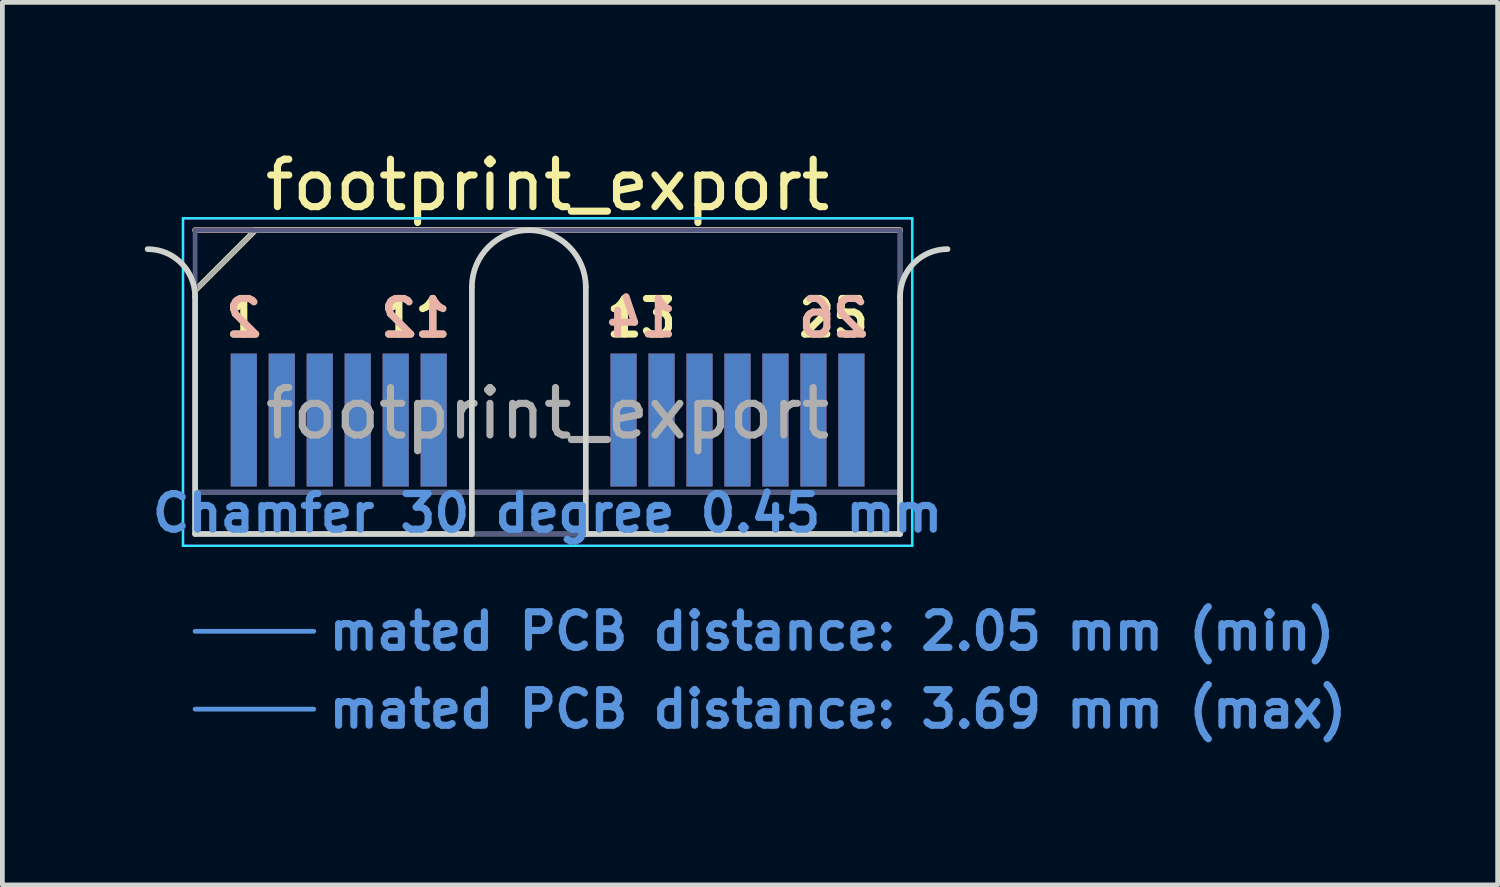
<source format=kicad_pcb>
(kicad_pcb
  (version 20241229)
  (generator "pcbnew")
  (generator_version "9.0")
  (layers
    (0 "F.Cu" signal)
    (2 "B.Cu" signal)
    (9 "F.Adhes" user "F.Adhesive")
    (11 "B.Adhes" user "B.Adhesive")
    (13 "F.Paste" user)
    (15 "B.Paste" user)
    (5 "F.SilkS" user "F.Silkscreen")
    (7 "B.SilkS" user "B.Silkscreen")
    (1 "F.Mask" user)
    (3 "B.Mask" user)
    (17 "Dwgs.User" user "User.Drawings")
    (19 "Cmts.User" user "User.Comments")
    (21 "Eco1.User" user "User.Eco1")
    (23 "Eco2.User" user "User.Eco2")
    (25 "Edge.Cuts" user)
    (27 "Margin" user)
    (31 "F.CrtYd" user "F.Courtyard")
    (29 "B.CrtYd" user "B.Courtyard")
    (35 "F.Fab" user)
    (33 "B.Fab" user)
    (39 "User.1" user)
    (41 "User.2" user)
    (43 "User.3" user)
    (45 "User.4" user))
  (footprint "footprint_export"
    (layer "F.Cu")
    (at 8.485 8.198)
    (property "Reference" "footprint_export" (at 0 -7.35 0) (layer "F.SilkS") (effects (font (size 1 1) (thickness 0.15))))
    (attr exclude_from_pos_files exclude_from_bom)
    (fp_line (start -7.425 -5.13) (end -6.155 -6.4) (stroke (width 0.12) (type solid)) (layer "F.SilkS"))
    (fp_line (start -6.155 -6.4) (end 7.425 -6.4) (stroke (width 0.12) (type solid)) (layer "F.SilkS"))
    (fp_line (start -7.425 -6.4) (end -7.425 -6.4) (stroke (width 0.12) (type solid)) (layer "B.SilkS"))
    (fp_line (start -7.425 -6.4) (end 7.425 -6.4) (stroke (width 0.12) (type solid)) (layer "B.SilkS"))
    (fp_line (start -7.425 2.05) (end -4.925 2.05) (stroke (width 0.1) (type solid)) (layer "Cmts.User"))
    (fp_line (start -7.425 3.69) (end -4.925 3.69) (stroke (width 0.1) (type solid)) (layer "Cmts.User"))
    (fp_line (start -7.425 -5) (end -7.425 0) (stroke (width 0.12) (type solid)) (layer "Edge.Cuts"))
    (fp_line (start -7.425 0) (end -1.595 0) (stroke (width 0.12) (type solid)) (layer "Edge.Cuts"))
    (fp_line (start -1.595 0) (end -1.595 -5.2) (stroke (width 0.12) (type solid)) (layer "Edge.Cuts"))
    (fp_line (start 0.805 -5.2) (end 0.805 0) (stroke (width 0.12) (type solid)) (layer "Edge.Cuts"))
    (fp_line (start 0.805 0) (end 7.425 0) (stroke (width 0.12) (type solid)) (layer "Edge.Cuts"))
    (fp_line (start 7.425 0) (end 7.425 -5) (stroke (width 0.12) (type solid)) (layer "Edge.Cuts"))
    (fp_arc (start -8.425 -6) (mid -7.717893 -5.707107) (end -7.425 -5) (stroke (width 0.12) (type solid)) (layer "Edge.Cuts"))
    (fp_arc (start -1.595 -5.2) (mid -0.395 -6.4) (end 0.805 -5.2) (stroke (width 0.12) (type solid)) (layer "Edge.Cuts"))
    (fp_arc (start 7.425 -5) (mid 7.717893 -5.707107) (end 8.425 -6) (stroke (width 0.12) (type solid)) (layer "Edge.Cuts"))
    (fp_line (start -7.68 -6.65) (end -7.68 0.25) (stroke (width 0.05) (type solid)) (layer "B.CrtYd"))
    (fp_line (start -7.68 0.25) (end 7.68 0.25) (stroke (width 0.05) (type solid)) (layer "B.CrtYd"))
    (fp_line (start 7.68 -6.65) (end -7.68 -6.65) (stroke (width 0.05) (type solid)) (layer "B.CrtYd"))
    (fp_line (start 7.68 0.25) (end 7.68 -6.65) (stroke (width 0.05) (type solid)) (layer "B.CrtYd"))
    (fp_line (start -7.68 -6.65) (end -7.68 0.25) (stroke (width 0.05) (type solid)) (layer "F.CrtYd"))
    (fp_line (start -7.68 0.25) (end 7.68 0.25) (stroke (width 0.05) (type solid)) (layer "F.CrtYd"))
    (fp_line (start 7.68 -6.65) (end -7.68 -6.65) (stroke (width 0.05) (type solid)) (layer "F.CrtYd"))
    (fp_line (start 7.68 0.25) (end 7.68 -6.65) (stroke (width 0.05) (type solid)) (layer "F.CrtYd"))
    (fp_line (start -7.425 -6.4) (end -7.425 -6.4) (stroke (width 0.1) (type solid)) (layer "B.Fab"))
    (fp_line (start -7.425 -6.4) (end -7.425 0) (stroke (width 0.1) (type solid)) (layer "B.Fab"))
    (fp_line (start -7.425 -6.4) (end 7.425 -6.4) (stroke (width 0.1) (type solid)) (layer "B.Fab"))
    (fp_line (start -7.425 -0.88) (end 7.425 -0.88) (stroke (width 0.1) (type solid)) (layer "B.Fab"))
    (fp_line (start -7.425 0) (end 7.425 0) (stroke (width 0.1) (type solid)) (layer "B.Fab"))
    (fp_line (start 7.425 -6.4) (end 7.425 0) (stroke (width 0.1) (type solid)) (layer "B.Fab"))
    (fp_line (start -7.425 -5.13) (end -7.425 0) (stroke (width 0.1) (type solid)) (layer "F.Fab"))
    (fp_line (start -7.425 -5.13) (end -6.155 -6.4) (stroke (width 0.1) (type solid)) (layer "F.Fab"))
    (fp_line (start -7.425 -0.88) (end 7.425 -0.88) (stroke (width 0.1) (type solid)) (layer "F.Fab"))
    (fp_line (start -7.425 0) (end 7.425 0) (stroke (width 0.1) (type solid)) (layer "F.Fab"))
    (fp_line (start -6.155 -6.4) (end 7.425 -6.4) (stroke (width 0.1) (type solid)) (layer "F.Fab"))
    (fp_line (start 7.425 -6.4) (end 7.425 0) (stroke (width 0.1) (type solid)) (layer "F.Fab"))
    (fp_text user "1" (at -6.4 -4.55 0) (layer "F.SilkS") (effects (font (size 0.75 0.75) (thickness 0.15))))
    (fp_text user "25" (at 6.025 -4.55 0) (layer "F.SilkS") (effects (font (size 0.75 0.75) (thickness 0.15))))
    (fp_text user "13" (at 1.975 -4.55 0) (layer "F.SilkS") (effects (font (size 0.75 0.75) (thickness 0.15))))
    (fp_text user "11" (at -2.775 -4.55 0) (layer "F.SilkS") (effects (font (size 0.75 0.75) (thickness 0.15))))
    (fp_text user "14" (at 1.975 -4.55 0) (layer "B.SilkS") (effects (font (size 0.75 0.75) (thickness 0.15)) (justify mirror)))
    (fp_text user "2" (at -6.4 -4.55 0) (layer "B.SilkS") (effects (font (size 0.75 0.75) (thickness 0.15)) (justify mirror)))
    (fp_text user "12" (at -2.775 -4.55 0) (layer "B.SilkS") (effects (font (size 0.75 0.75) (thickness 0.15)) (justify mirror)))
    (fp_text user "26" (at 6.025 -4.55 0) (layer "B.SilkS") (effects (font (size 0.75 0.75) (thickness 0.15)) (justify mirror)))
    (fp_text user "mated PCB distance: 2.05 mm (min)" (at -4.68 2.05 0) (layer "Cmts.User") (effects (font (size 0.75 0.75) (thickness 0.15)) (justify left)))
    (fp_text user "mated PCB distance: 3.69 mm (max)" (at -4.68 3.69 0) (layer "Cmts.User") (effects (font (size 0.75 0.75) (thickness 0.15)) (justify left)))
    (fp_text user "Chamfer 30 degree 0.45 mm" (at 0 -0.44 0) (layer "Cmts.User") (effects (font (size 0.75 0.75) (thickness 0.15))))
    (fp_text user "${REFERENCE}" (at 0 -2.54 0) (layer "F.Fab") (effects (font (size 1 1) (thickness 0.15))))
    (pad "1" connect rect (at -6.4 -2.4) (size 0.55 2.8) (layers "F.Cu" "F.Mask"))
    (pad "2" connect rect (at -6.4 -2.4) (size 0.55 2.8) (layers "B.Cu" "B.Mask"))
    (pad "3" connect rect (at -5.6 -2.4) (size 0.55 2.8) (layers "F.Cu" "F.Mask"))
    (pad "4" connect rect (at -5.6 -2.4) (size 0.55 2.8) (layers "B.Cu" "B.Mask"))
    (pad "5" connect rect (at -4.8 -2.4) (size 0.55 2.8) (layers "F.Cu" "F.Mask"))
    (pad "6" connect rect (at -4.8 -2.4) (size 0.55 2.8) (layers "B.Cu" "B.Mask"))
    (pad "7" connect rect (at -4 -2.4) (size 0.55 2.8) (layers "F.Cu" "F.Mask"))
    (pad "8" connect rect (at -4 -2.4) (size 0.55 2.8) (layers "B.Cu" "B.Mask"))
    (pad "9" connect rect (at -3.2 -2.4) (size 0.55 2.8) (layers "F.Cu" "F.Mask"))
    (pad "10" connect rect (at -3.2 -2.4) (size 0.55 2.8) (layers "B.Cu" "B.Mask"))
    (pad "11" connect rect (at -2.4 -2.4) (size 0.55 2.8) (layers "F.Cu" "F.Mask"))
    (pad "12" connect rect (at -2.4 -2.4) (size 0.55 2.8) (layers "B.Cu" "B.Mask"))
    (pad "13" connect rect (at 1.6 -2.4) (size 0.55 2.8) (layers "F.Cu" "F.Mask"))
    (pad "14" connect rect (at 1.6 -2.4) (size 0.55 2.8) (layers "B.Cu" "B.Mask"))
    (pad "15" connect rect (at 2.4 -2.4) (size 0.55 2.8) (layers "F.Cu" "F.Mask"))
    (pad "16" connect rect (at 2.4 -2.4) (size 0.55 2.8) (layers "B.Cu" "B.Mask"))
    (pad "17" connect rect (at 3.2 -2.4) (size 0.55 2.8) (layers "F.Cu" "F.Mask"))
    (pad "18" connect rect (at 3.2 -2.4) (size 0.55 2.8) (layers "B.Cu" "B.Mask"))
    (pad "19" connect rect (at 4 -2.4) (size 0.55 2.8) (layers "F.Cu" "F.Mask"))
    (pad "20" connect rect (at 4 -2.4) (size 0.55 2.8) (layers "B.Cu" "B.Mask"))
    (pad "21" connect rect (at 4.8 -2.4) (size 0.55 2.8) (layers "F.Cu" "F.Mask"))
    (pad "22" connect rect (at 4.8 -2.4) (size 0.55 2.8) (layers "B.Cu" "B.Mask"))
    (pad "23" connect rect (at 5.6 -2.4) (size 0.55 2.8) (layers "F.Cu" "F.Mask"))
    (pad "24" connect rect (at 5.6 -2.4) (size 0.55 2.8) (layers "B.Cu" "B.Mask"))
    (pad "25" connect rect (at 6.4 -2.4) (size 0.55 2.8) (layers "F.Cu" "F.Mask"))
    (pad "26" connect rect (at 6.4 -2.4) (size 0.55 2.8) (layers "B.Cu" "B.Mask")))
  (gr_rect
    (start -3 -3)
    (end 28.498 15.59)
    (stroke (width 0.1) (type default))
    (fill no)
    (layer "Edge.Cuts")))
</source>
